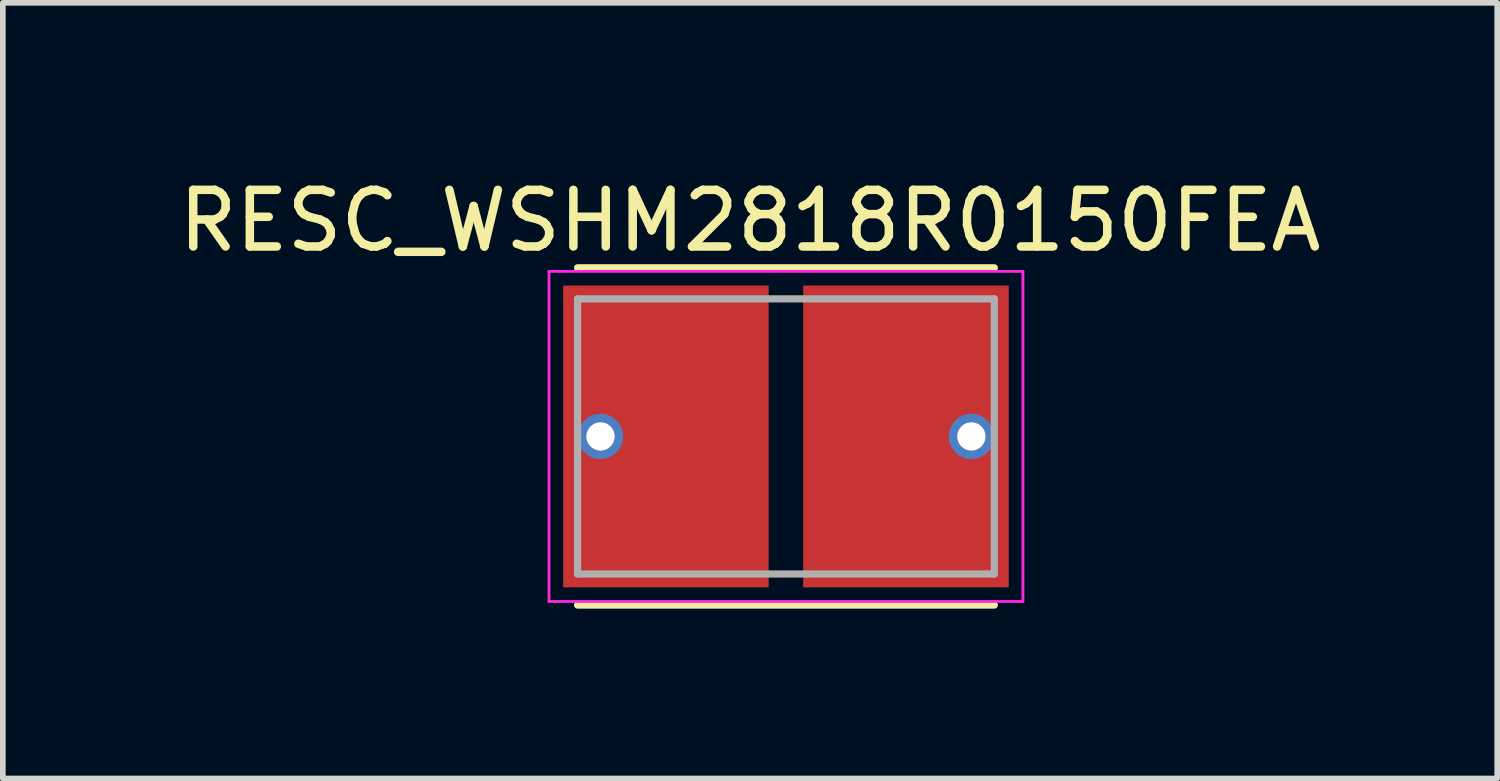
<source format=kicad_pcb>
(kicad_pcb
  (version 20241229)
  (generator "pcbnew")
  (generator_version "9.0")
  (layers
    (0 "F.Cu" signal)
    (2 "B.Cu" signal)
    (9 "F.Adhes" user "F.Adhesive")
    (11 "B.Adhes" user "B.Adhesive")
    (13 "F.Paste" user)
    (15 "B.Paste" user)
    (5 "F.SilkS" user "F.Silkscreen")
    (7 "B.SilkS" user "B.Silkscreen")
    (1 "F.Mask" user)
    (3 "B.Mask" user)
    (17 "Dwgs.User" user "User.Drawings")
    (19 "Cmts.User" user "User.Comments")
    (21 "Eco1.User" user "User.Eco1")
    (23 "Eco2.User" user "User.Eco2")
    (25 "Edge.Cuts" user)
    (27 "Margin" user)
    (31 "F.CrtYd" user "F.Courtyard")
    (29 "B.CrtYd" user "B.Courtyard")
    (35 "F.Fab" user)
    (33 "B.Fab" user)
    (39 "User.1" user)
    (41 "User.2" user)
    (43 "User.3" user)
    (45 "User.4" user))
  (footprint "RESC_WSHM2818R0150FEA"
    (layer "F.Cu")
    (at 10.831 4.658)
    (property "Reference" "RESC_WSHM2818R0150FEA" (at -0.635 -3.81 0) (layer "F.SilkS") (effects (font (size 1 1) (thickness 0.15))))
    (attr smd)
    (fp_line (start -3.68 2.978) (end 3.68 2.978) (stroke (width 0.127) (type solid)) (layer "F.SilkS"))
    (fp_line (start 3.68 -2.978) (end -3.68 -2.978) (stroke (width 0.127) (type solid)) (layer "F.SilkS"))
    (fp_line (start -4.185 -2.915) (end -4.185 2.915) (stroke (width 0.05) (type solid)) (layer "F.CrtYd"))
    (fp_line (start -4.185 2.915) (end 4.185 2.915) (stroke (width 0.05) (type solid)) (layer "F.CrtYd"))
    (fp_line (start 4.185 -2.915) (end -4.185 -2.915) (stroke (width 0.05) (type solid)) (layer "F.CrtYd"))
    (fp_line (start 4.185 2.915) (end 4.185 -2.915) (stroke (width 0.05) (type solid)) (layer "F.CrtYd"))
    (fp_line (start -3.68 -2.43) (end -3.68 2.43) (stroke (width 0.127) (type solid)) (layer "F.Fab"))
    (fp_line (start -3.68 2.43) (end 3.68 2.43) (stroke (width 0.127) (type solid)) (layer "F.Fab"))
    (fp_line (start 3.68 -2.43) (end -3.68 -2.43) (stroke (width 0.127) (type solid)) (layer "F.Fab"))
    (fp_line (start 3.68 2.43) (end 3.68 -2.43) (stroke (width 0.127) (type solid)) (layer "F.Fab"))
    (pad "1" smd rect (at -2.12 0) (size 3.63 5.33) (layers "F.Cu" "F.Mask" "F.Paste"))
    (pad "2" smd rect (at 2.12 0) (size 3.63 5.33) (layers "F.Cu" "F.Mask" "F.Paste"))
    (pad "V1" thru_hole circle (at -3.275 0) (size 0.8 0.8) (drill 0.5) (layers "*.Cu" "*.Mask"))
    (pad "V2" thru_hole circle (at 3.275 0) (size 0.8 0.8) (drill 0.5) (layers "*.Cu" "*.Mask")))
  (gr_rect
    (start -3 -3)
    (end 23.393 10.7)
    (stroke (width 0.1) (type default))
    (fill no)
    (layer "Edge.Cuts")))
</source>
